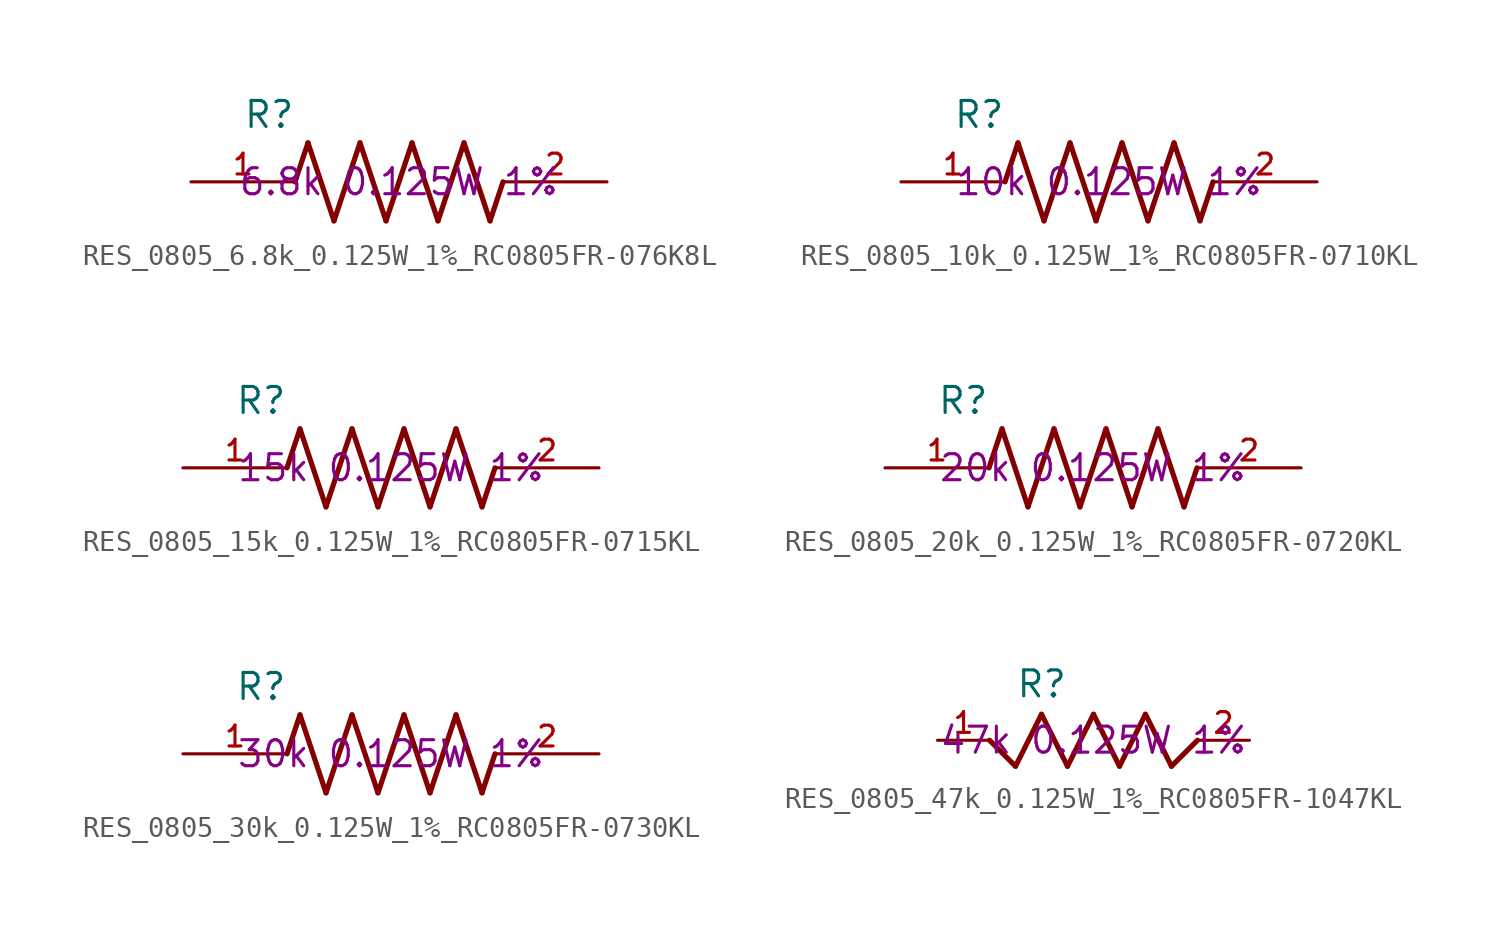
<source format=kicad_sym>
(kicad_symbol_lib
  (version 20241209)
  (generator "kicad_symbol_editor")
  (generator_version "9.0")
  (symbol "RES_0805_6.8k_0.125W_1%_RC0805FR-076K8L"
    (pin_names
      (offset 1.016))
    (property "Reference" "R"
      (at -7.624 2.542 0)
      (effects (font (size 1.27 1.27)) (justify left bottom)))
    (property "Description" "6.8k 0.125W 1%"
      (at 0 0 0)
      (effects (font (size 1.27 1.27))))
    (symbol "RES_0805_6.8k_0.125W_1%_RC0805FR-076K8L_0_0"
      (polyline (pts (xy -5.08 0) (xy -4.445 1.905)) (stroke (width 0.254) (type default)) (fill (type none)))
      (polyline (pts (xy -4.445 1.905) (xy -3.175 -1.905)) (stroke (width 0.254) (type default)) (fill (type none)))
      (polyline (pts (xy -3.175 -1.905) (xy -1.905 1.905)) (stroke (width 0.254) (type default)) (fill (type none)))
      (polyline (pts (xy -1.905 1.905) (xy -0.635 -1.905)) (stroke (width 0.254) (type default)) (fill (type none)))
      (polyline (pts (xy -0.635 -1.905) (xy 0.635 1.905)) (stroke (width 0.254) (type default)) (fill (type none)))
      (polyline (pts (xy 0.635 1.905) (xy 1.905 -1.905)) (stroke (width 0.254) (type default)) (fill (type none)))
      (polyline (pts (xy 1.905 -1.905) (xy 3.175 1.905)) (stroke (width 0.254) (type default)) (fill (type none)))
      (polyline (pts (xy 3.175 1.905) (xy 4.445 -1.905)) (stroke (width 0.254) (type default)) (fill (type none)))
      (polyline (pts (xy 4.445 -1.905) (xy 5.08 0)) (stroke (width 0.254) (type default)) (fill (type none)))
      (pin passive line (at -10.16 0 0) (length 5.08) (name "~" (effects (font (size 1.016 1.016)))) (number "1" (effects (font (size 1.016 1.016)))))
      (pin passive line (at 10.16 0 180) (length 5.08) (name "~" (effects (font (size 1.016 1.016)))) (number "2" (effects (font (size 1.016 1.016)))))))
  (symbol "RES_0805_10k_0.125W_1%_RC0805FR-0710KL"
    (pin_names
      (offset 1.016))
    (property "Reference" "R"
      (at -7.624 2.542 0)
      (effects (font (size 1.27 1.27)) (justify left bottom)))
    (property "Description" "10k 0.125W 1%"
      (at 0 0 0)
      (effects (font (size 1.27 1.27))))
    (symbol "RES_0805_10k_0.125W_1%_RC0805FR-0710KL_0_0"
      (polyline (pts (xy -5.08 0) (xy -4.445 1.905)) (stroke (width 0.254) (type default)) (fill (type none)))
      (polyline (pts (xy -4.445 1.905) (xy -3.175 -1.905)) (stroke (width 0.254) (type default)) (fill (type none)))
      (polyline (pts (xy -3.175 -1.905) (xy -1.905 1.905)) (stroke (width 0.254) (type default)) (fill (type none)))
      (polyline (pts (xy -1.905 1.905) (xy -0.635 -1.905)) (stroke (width 0.254) (type default)) (fill (type none)))
      (polyline (pts (xy -0.635 -1.905) (xy 0.635 1.905)) (stroke (width 0.254) (type default)) (fill (type none)))
      (polyline (pts (xy 0.635 1.905) (xy 1.905 -1.905)) (stroke (width 0.254) (type default)) (fill (type none)))
      (polyline (pts (xy 1.905 -1.905) (xy 3.175 1.905)) (stroke (width 0.254) (type default)) (fill (type none)))
      (polyline (pts (xy 3.175 1.905) (xy 4.445 -1.905)) (stroke (width 0.254) (type default)) (fill (type none)))
      (polyline (pts (xy 4.445 -1.905) (xy 5.08 0)) (stroke (width 0.254) (type default)) (fill (type none)))
      (pin passive line (at -10.16 0 0) (length 5.08) (name "~" (effects (font (size 1.016 1.016)))) (number "1" (effects (font (size 1.016 1.016)))))
      (pin passive line (at 10.16 0 180) (length 5.08) (name "~" (effects (font (size 1.016 1.016)))) (number "2" (effects (font (size 1.016 1.016)))))))
  (symbol "RES_0805_15k_0.125W_1%_RC0805FR-0715KL"
    (pin_names
      (offset 1.016))
    (property "Reference" "R"
      (at -7.624 2.542 0)
      (effects (font (size 1.27 1.27)) (justify left bottom)))
    (property "Description" "15k 0.125W 1%"
      (at 0 0 0)
      (effects (font (size 1.27 1.27))))
    (symbol "RES_0805_15k_0.125W_1%_RC0805FR-0715KL_0_0"
      (polyline (pts (xy -5.08 0) (xy -4.445 1.905)) (stroke (width 0.254) (type default)) (fill (type none)))
      (polyline (pts (xy -4.445 1.905) (xy -3.175 -1.905)) (stroke (width 0.254) (type default)) (fill (type none)))
      (polyline (pts (xy -3.175 -1.905) (xy -1.905 1.905)) (stroke (width 0.254) (type default)) (fill (type none)))
      (polyline (pts (xy -1.905 1.905) (xy -0.635 -1.905)) (stroke (width 0.254) (type default)) (fill (type none)))
      (polyline (pts (xy -0.635 -1.905) (xy 0.635 1.905)) (stroke (width 0.254) (type default)) (fill (type none)))
      (polyline (pts (xy 0.635 1.905) (xy 1.905 -1.905)) (stroke (width 0.254) (type default)) (fill (type none)))
      (polyline (pts (xy 1.905 -1.905) (xy 3.175 1.905)) (stroke (width 0.254) (type default)) (fill (type none)))
      (polyline (pts (xy 3.175 1.905) (xy 4.445 -1.905)) (stroke (width 0.254) (type default)) (fill (type none)))
      (polyline (pts (xy 4.445 -1.905) (xy 5.08 0)) (stroke (width 0.254) (type default)) (fill (type none)))
      (pin passive line (at -10.16 0 0) (length 5.08) (name "~" (effects (font (size 1.016 1.016)))) (number "1" (effects (font (size 1.016 1.016)))))
      (pin passive line (at 10.16 0 180) (length 5.08) (name "~" (effects (font (size 1.016 1.016)))) (number "2" (effects (font (size 1.016 1.016)))))))
  (symbol "RES_0805_20k_0.125W_1%_RC0805FR-0720KL"
    (pin_names
      (offset 1.016))
    (property "Reference" "R"
      (at -7.624 2.542 0)
      (effects (font (size 1.27 1.27)) (justify left bottom)))
    (property "Description" "20k 0.125W 1%"
      (at 0 0 0)
      (effects (font (size 1.27 1.27))))
    (symbol "RES_0805_20k_0.125W_1%_RC0805FR-0720KL_0_0"
      (polyline (pts (xy -5.08 0) (xy -4.445 1.905)) (stroke (width 0.254) (type default)) (fill (type none)))
      (polyline (pts (xy -4.445 1.905) (xy -3.175 -1.905)) (stroke (width 0.254) (type default)) (fill (type none)))
      (polyline (pts (xy -3.175 -1.905) (xy -1.905 1.905)) (stroke (width 0.254) (type default)) (fill (type none)))
      (polyline (pts (xy -1.905 1.905) (xy -0.635 -1.905)) (stroke (width 0.254) (type default)) (fill (type none)))
      (polyline (pts (xy -0.635 -1.905) (xy 0.635 1.905)) (stroke (width 0.254) (type default)) (fill (type none)))
      (polyline (pts (xy 0.635 1.905) (xy 1.905 -1.905)) (stroke (width 0.254) (type default)) (fill (type none)))
      (polyline (pts (xy 1.905 -1.905) (xy 3.175 1.905)) (stroke (width 0.254) (type default)) (fill (type none)))
      (polyline (pts (xy 3.175 1.905) (xy 4.445 -1.905)) (stroke (width 0.254) (type default)) (fill (type none)))
      (polyline (pts (xy 4.445 -1.905) (xy 5.08 0)) (stroke (width 0.254) (type default)) (fill (type none)))
      (pin passive line (at -10.16 0 0) (length 5.08) (name "~" (effects (font (size 1.016 1.016)))) (number "1" (effects (font (size 1.016 1.016)))))
      (pin passive line (at 10.16 0 180) (length 5.08) (name "~" (effects (font (size 1.016 1.016)))) (number "2" (effects (font (size 1.016 1.016)))))))
  (symbol "RES_0805_30k_0.125W_1%_RC0805FR-0730KL"
    (pin_names
      (offset 1.016))
    (property "Reference" "R"
      (at -7.624 2.542 0)
      (effects (font (size 1.27 1.27)) (justify left bottom)))
    (property "Description" "30k 0.125W 1%"
      (at 0 0 0)
      (effects (font (size 1.27 1.27))))
    (symbol "RES_0805_30k_0.125W_1%_RC0805FR-0730KL_0_0"
      (polyline (pts (xy -5.08 0) (xy -4.445 1.905)) (stroke (width 0.254) (type default)) (fill (type none)))
      (polyline (pts (xy -4.445 1.905) (xy -3.175 -1.905)) (stroke (width 0.254) (type default)) (fill (type none)))
      (polyline (pts (xy -3.175 -1.905) (xy -1.905 1.905)) (stroke (width 0.254) (type default)) (fill (type none)))
      (polyline (pts (xy -1.905 1.905) (xy -0.635 -1.905)) (stroke (width 0.254) (type default)) (fill (type none)))
      (polyline (pts (xy -0.635 -1.905) (xy 0.635 1.905)) (stroke (width 0.254) (type default)) (fill (type none)))
      (polyline (pts (xy 0.635 1.905) (xy 1.905 -1.905)) (stroke (width 0.254) (type default)) (fill (type none)))
      (polyline (pts (xy 1.905 -1.905) (xy 3.175 1.905)) (stroke (width 0.254) (type default)) (fill (type none)))
      (polyline (pts (xy 3.175 1.905) (xy 4.445 -1.905)) (stroke (width 0.254) (type default)) (fill (type none)))
      (polyline (pts (xy 4.445 -1.905) (xy 5.08 0)) (stroke (width 0.254) (type default)) (fill (type none)))
      (pin passive line (at -10.16 0 0) (length 5.08) (name "~" (effects (font (size 1.016 1.016)))) (number "1" (effects (font (size 1.016 1.016)))))
      (pin passive line (at 10.16 0 180) (length 5.08) (name "~" (effects (font (size 1.016 1.016)))) (number "2" (effects (font (size 1.016 1.016)))))))
  (symbol "RES_0805_47k_0.125W_1%_RC0805FR-1047KL"
    (pin_names
      (offset 1.016))
    (property "Reference" "R"
      (at -3.811 2.007 0)
      (effects (font (size 1.27 1.27)) (justify left bottom)))
    (property "Description" "47k 0.125W 1%"
      (at 0 0 0)
      (effects (font (size 1.27 1.27))))
    (symbol "RES_0805_47k_0.125W_1%_RC0805FR-1047KL_0_0"
      (polyline (pts (xy -5.08 0) (xy -3.81 -1.27)) (stroke (width 0.254) (type default)) (fill (type none)))
      (polyline (pts (xy -3.81 -1.27) (xy -2.54 1.27)) (stroke (width 0.254) (type default)) (fill (type none)))
      (polyline (pts (xy -2.54 1.27) (xy -1.27 -1.27)) (stroke (width 0.254) (type default)) (fill (type none)))
      (polyline (pts (xy -1.27 -1.27) (xy 0 1.27)) (stroke (width 0.254) (type default)) (fill (type none)))
      (polyline (pts (xy 0 1.27) (xy 1.27 -1.27)) (stroke (width 0.254) (type default)) (fill (type none)))
      (polyline (pts (xy 1.27 -1.27) (xy 2.54 1.27)) (stroke (width 0.254) (type default)) (fill (type none)))
      (polyline (pts (xy 2.54 1.27) (xy 3.81 -1.27)) (stroke (width 0.254) (type default)) (fill (type none)))
      (polyline (pts (xy 3.81 -1.27) (xy 5.08 0)) (stroke (width 0.254) (type default)) (fill (type none)))
      (pin passive line (at -7.62 0 0) (length 2.54) (name "~" (effects (font (size 1.016 1.016)))) (number "1" (effects (font (size 1.016 1.016)))))
      (pin passive line (at 7.62 0 180) (length 2.54) (name "~" (effects (font (size 1.016 1.016)))) (number "2" (effects (font (size 1.016 1.016))))))))
</source>
